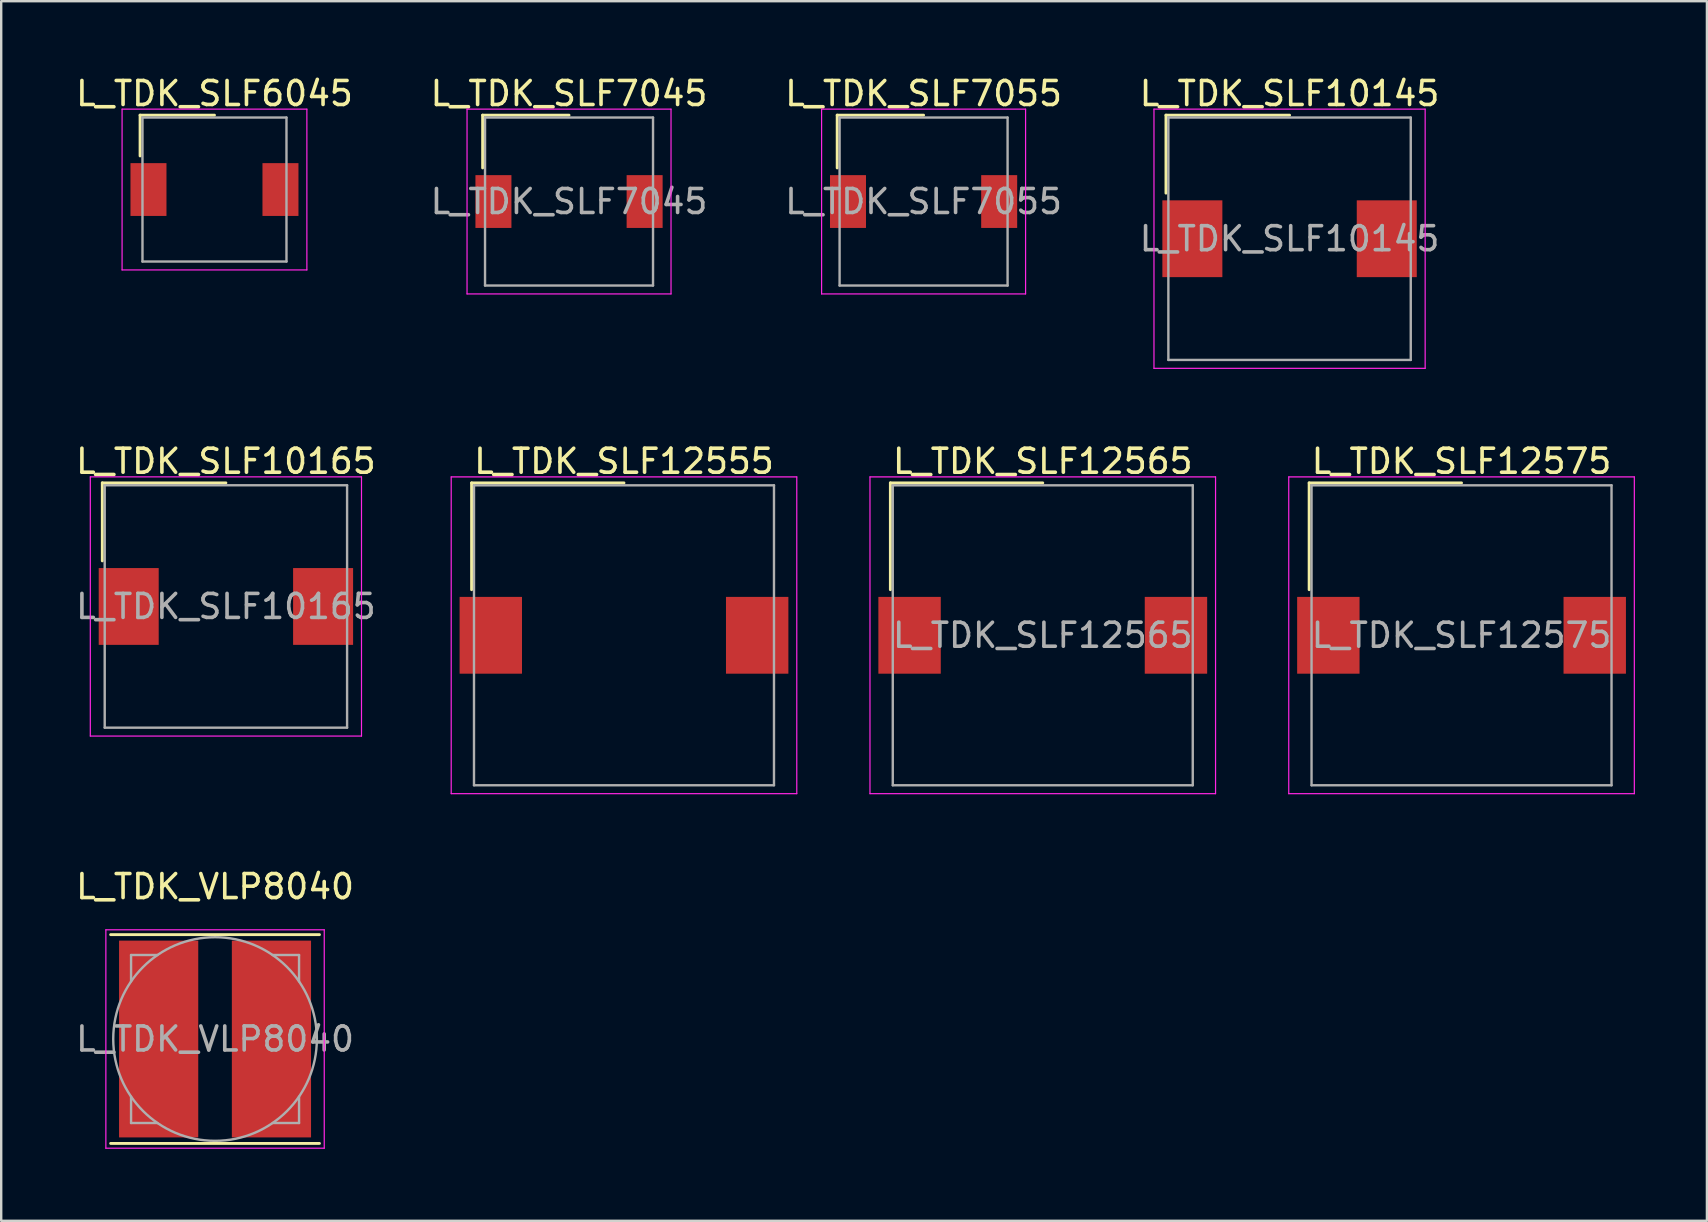
<source format=kicad_pcb>
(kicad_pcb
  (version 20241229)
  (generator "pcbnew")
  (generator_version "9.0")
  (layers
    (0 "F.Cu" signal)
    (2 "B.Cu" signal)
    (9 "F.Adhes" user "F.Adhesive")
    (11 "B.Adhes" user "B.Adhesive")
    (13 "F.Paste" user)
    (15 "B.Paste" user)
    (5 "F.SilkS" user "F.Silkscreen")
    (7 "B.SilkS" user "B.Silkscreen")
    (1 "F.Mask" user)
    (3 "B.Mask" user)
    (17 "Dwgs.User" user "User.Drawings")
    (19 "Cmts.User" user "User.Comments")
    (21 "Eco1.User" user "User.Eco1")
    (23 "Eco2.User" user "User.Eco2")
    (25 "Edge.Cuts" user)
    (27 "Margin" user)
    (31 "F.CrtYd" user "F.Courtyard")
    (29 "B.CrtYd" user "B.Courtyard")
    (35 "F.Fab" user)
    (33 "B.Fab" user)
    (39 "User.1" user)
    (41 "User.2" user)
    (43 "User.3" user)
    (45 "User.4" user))
  (footprint "L_TDK_VLP8040"
    (layer "F.Cu")
    (at 5.911 40.245)
    (property "Reference" "L_TDK_VLP8040" (at 0 -6.35 0) (layer "F.SilkS") (effects (font (size 1 1) (thickness 0.15))))
    (attr smd)
    (fp_line (start -4.35 -4.35) (end 4.35 -4.35) (stroke (width 0.12) (type solid)) (layer "F.SilkS"))
    (fp_line (start -4.35 4.35) (end 4.35 4.35) (stroke (width 0.12) (type solid)) (layer "F.SilkS"))
    (fp_line (start -4.55 -4.55) (end -4.55 4.55) (stroke (width 0.05) (type solid)) (layer "F.CrtYd"))
    (fp_line (start -4.55 4.55) (end 4.55 4.55) (stroke (width 0.05) (type solid)) (layer "F.CrtYd"))
    (fp_line (start 4.55 -4.55) (end -4.55 -4.55) (stroke (width 0.05) (type solid)) (layer "F.CrtYd"))
    (fp_line (start 4.55 4.55) (end 4.55 -4.55) (stroke (width 0.05) (type solid)) (layer "F.CrtYd"))
    (fp_line (start -3.5 -3.5) (end -2.4 -3.5) (stroke (width 0.1) (type solid)) (layer "F.Fab"))
    (fp_line (start -3.5 -2.4) (end -3.5 -3.5) (stroke (width 0.1) (type solid)) (layer "F.Fab"))
    (fp_line (start -3.5 2.4) (end -3.5 3.5) (stroke (width 0.1) (type solid)) (layer "F.Fab"))
    (fp_line (start -3.5 3.5) (end -2.4 3.5) (stroke (width 0.1) (type solid)) (layer "F.Fab"))
    (fp_line (start 3.5 -3.5) (end 2.4 -3.5) (stroke (width 0.1) (type solid)) (layer "F.Fab"))
    (fp_line (start 3.5 -3.5) (end 3.5 -2.4) (stroke (width 0.1) (type solid)) (layer "F.Fab"))
    (fp_line (start 3.5 2.4) (end 3.5 3.5) (stroke (width 0.1) (type solid)) (layer "F.Fab"))
    (fp_line (start 3.5 3.5) (end 2.4 3.5) (stroke (width 0.1) (type solid)) (layer "F.Fab"))
    (fp_circle (center 0 0) (end 3 3) (stroke (width 0.1) (type solid)) (fill no) (layer "F.Fab"))
    (fp_text user "${REFERENCE}" (at 0 0 0) (layer "F.Fab") (effects (font (size 1 1) (thickness 0.15))))
    (pad "1" smd rect (at -2.35 0) (size 3.3 8.2) (layers "F.Cu" "F.Mask" "F.Paste"))
    (pad "2" smd rect (at 2.35 0) (size 3.3 8.2) (layers "F.Cu" "F.Mask" "F.Paste")))
  (footprint "L_TDK_SLF12555"
    (layer "F.Cu")
    (at 22.951 23.422)
    (property "Reference" "L_TDK_SLF12555" (at 0 -7.25 0) (layer "F.SilkS") (effects (font (size 1 1) (thickness 0.15))))
    (attr smd)
    (fp_line (start -6.35 -6.35) (end 0 -6.35) (stroke (width 0.12) (type solid)) (layer "F.SilkS"))
    (fp_line (start -6.35 -1.9) (end -6.35 -6.35) (stroke (width 0.12) (type solid)) (layer "F.SilkS"))
    (fp_line (start -7.2 -6.6) (end -7.2 6.6) (stroke (width 0.05) (type solid)) (layer "F.CrtYd"))
    (fp_line (start -7.2 6.6) (end 7.2 6.6) (stroke (width 0.05) (type solid)) (layer "F.CrtYd"))
    (fp_line (start 7.2 -6.6) (end -7.2 -6.6) (stroke (width 0.05) (type solid)) (layer "F.CrtYd"))
    (fp_line (start 7.2 6.6) (end 7.2 -6.6) (stroke (width 0.05) (type solid)) (layer "F.CrtYd"))
    (fp_line (start -6.25 -6.25) (end -6.25 6.25) (stroke (width 0.1) (type solid)) (layer "F.Fab"))
    (fp_line (start -6.25 6.25) (end 6.25 6.25) (stroke (width 0.1) (type solid)) (layer "F.Fab"))
    (fp_line (start 6.25 -6.25) (end -6.25 -6.25) (stroke (width 0.1) (type solid)) (layer "F.Fab"))
    (fp_line (start 6.25 6.25) (end 6.25 -6.25) (stroke (width 0.1) (type solid)) (layer "F.Fab"))
    (pad "1" smd rect (at -5.55 0) (size 2.6 3.2) (layers "F.Cu" "F.Mask" "F.Paste"))
    (pad "2" smd rect (at 5.55 0) (size 2.6 3.2) (layers "F.Cu" "F.Mask" "F.Paste")))
  (footprint "L_TDK_SLF10165"
    (layer "F.Cu")
    (at 6.363 22.221)
    (property "Reference" "L_TDK_SLF10165" (at 0 -6.05 0) (layer "F.SilkS") (effects (font (size 1 1) (thickness 0.15))))
    (attr smd)
    (fp_line (start -5.15 -5.15) (end 0 -5.15) (stroke (width 0.12) (type solid)) (layer "F.SilkS"))
    (fp_line (start -5.15 -1.9) (end -5.15 -5.15) (stroke (width 0.12) (type solid)) (layer "F.SilkS"))
    (fp_line (start -5.65 -5.4) (end -5.65 5.4) (stroke (width 0.05) (type solid)) (layer "F.CrtYd"))
    (fp_line (start -5.65 5.4) (end 5.65 5.4) (stroke (width 0.05) (type solid)) (layer "F.CrtYd"))
    (fp_line (start 5.65 -5.4) (end -5.65 -5.4) (stroke (width 0.05) (type solid)) (layer "F.CrtYd"))
    (fp_line (start 5.65 5.4) (end 5.65 -5.4) (stroke (width 0.05) (type solid)) (layer "F.CrtYd"))
    (fp_line (start -5.05 -5.05) (end -5.05 5.05) (stroke (width 0.1) (type solid)) (layer "F.Fab"))
    (fp_line (start -5.05 5.05) (end 5.05 5.05) (stroke (width 0.1) (type solid)) (layer "F.Fab"))
    (fp_line (start 5.05 -5.05) (end -5.05 -5.05) (stroke (width 0.1) (type solid)) (layer "F.Fab"))
    (fp_line (start 5.05 5.05) (end 5.05 -5.05) (stroke (width 0.1) (type solid)) (layer "F.Fab"))
    (fp_text user "${REFERENCE}" (at 0 0 0) (layer "F.Fab") (effects (font (size 1 1) (thickness 0.15))))
    (pad "1" smd rect (at -4.05 0) (size 2.5 3.2) (layers "F.Cu" "F.Mask" "F.Paste"))
    (pad "2" smd rect (at 4.05 0) (size 2.5 3.2) (layers "F.Cu" "F.Mask" "F.Paste")))
  (footprint "L_TDK_SLF6045"
    (layer "F.Cu")
    (at 5.887 4.848)
    (property "Reference" "L_TDK_SLF6045" (at 0 -4 0) (layer "F.SilkS") (effects (font (size 1 1) (thickness 0.15))))
    (attr smd)
    (fp_line (start -3.1 -3.1) (end 0 -3.1) (stroke (width 0.12) (type solid)) (layer "F.SilkS"))
    (fp_line (start -3.1 -1.4) (end -3.1 -3.1) (stroke (width 0.12) (type solid)) (layer "F.SilkS"))
    (fp_line (start -3.85 -3.35) (end -3.85 3.35) (stroke (width 0.05) (type solid)) (layer "F.CrtYd"))
    (fp_line (start -3.85 3.35) (end 3.85 3.35) (stroke (width 0.05) (type solid)) (layer "F.CrtYd"))
    (fp_line (start 3.85 -3.35) (end -3.85 -3.35) (stroke (width 0.05) (type solid)) (layer "F.CrtYd"))
    (fp_line (start 3.85 3.35) (end 3.85 -3.35) (stroke (width 0.05) (type solid)) (layer "F.CrtYd"))
    (fp_line (start -3 -3) (end -3 3) (stroke (width 0.1) (type solid)) (layer "F.Fab"))
    (fp_line (start -3 3) (end 3 3) (stroke (width 0.1) (type solid)) (layer "F.Fab"))
    (fp_line (start 3 -3) (end -3 -3) (stroke (width 0.1) (type solid)) (layer "F.Fab"))
    (fp_line (start 3 3) (end 3 -3) (stroke (width 0.1) (type solid)) (layer "F.Fab"))
    (pad "1" smd rect (at -2.75 0) (size 1.5 2.2) (layers "F.Cu" "F.Mask" "F.Paste"))
    (pad "2" smd rect (at 2.75 0) (size 1.5 2.2) (layers "F.Cu" "F.Mask" "F.Paste")))
  (footprint "L_TDK_SLF12565"
    (layer "F.Cu")
    (at 40.401 23.422)
    (property "Reference" "L_TDK_SLF12565" (at 0 -7.25 0) (layer "F.SilkS") (effects (font (size 1 1) (thickness 0.15))))
    (attr smd)
    (fp_line (start -6.35 -6.35) (end 0 -6.35) (stroke (width 0.12) (type solid)) (layer "F.SilkS"))
    (fp_line (start -6.35 -1.9) (end -6.35 -6.35) (stroke (width 0.12) (type solid)) (layer "F.SilkS"))
    (fp_line (start -7.2 -6.6) (end -7.2 6.6) (stroke (width 0.05) (type solid)) (layer "F.CrtYd"))
    (fp_line (start -7.2 6.6) (end 7.2 6.6) (stroke (width 0.05) (type solid)) (layer "F.CrtYd"))
    (fp_line (start 7.2 -6.6) (end -7.2 -6.6) (stroke (width 0.05) (type solid)) (layer "F.CrtYd"))
    (fp_line (start 7.2 6.6) (end 7.2 -6.6) (stroke (width 0.05) (type solid)) (layer "F.CrtYd"))
    (fp_line (start -6.25 -6.25) (end -6.25 6.25) (stroke (width 0.1) (type solid)) (layer "F.Fab"))
    (fp_line (start -6.25 6.25) (end 6.25 6.25) (stroke (width 0.1) (type solid)) (layer "F.Fab"))
    (fp_line (start 6.25 -6.25) (end -6.25 -6.25) (stroke (width 0.1) (type solid)) (layer "F.Fab"))
    (fp_line (start 6.25 6.25) (end 6.25 -6.25) (stroke (width 0.1) (type solid)) (layer "F.Fab"))
    (fp_text user "${REFERENCE}" (at 0 0 0) (layer "F.Fab") (effects (font (size 1 1) (thickness 0.15))))
    (pad "1" smd rect (at -5.55 0) (size 2.6 3.2) (layers "F.Cu" "F.Mask" "F.Paste"))
    (pad "2" smd rect (at 5.55 0) (size 2.6 3.2) (layers "F.Cu" "F.Mask" "F.Paste")))
  (footprint "L_TDK_SLF7055"
    (layer "F.Cu")
    (at 35.435 5.348)
    (property "Reference" "L_TDK_SLF7055" (at 0 -4.5 0) (layer "F.SilkS") (effects (font (size 1 1) (thickness 0.15))))
    (attr smd)
    (fp_line (start -3.6 -3.6) (end 0 -3.6) (stroke (width 0.12) (type solid)) (layer "F.SilkS"))
    (fp_line (start -3.6 -1.4) (end -3.6 -3.6) (stroke (width 0.12) (type solid)) (layer "F.SilkS"))
    (fp_line (start -4.25 -3.85) (end -4.25 3.85) (stroke (width 0.05) (type solid)) (layer "F.CrtYd"))
    (fp_line (start -4.25 3.85) (end 4.25 3.85) (stroke (width 0.05) (type solid)) (layer "F.CrtYd"))
    (fp_line (start 4.25 -3.85) (end -4.25 -3.85) (stroke (width 0.05) (type solid)) (layer "F.CrtYd"))
    (fp_line (start 4.25 3.85) (end 4.25 -3.85) (stroke (width 0.05) (type solid)) (layer "F.CrtYd"))
    (fp_line (start -3.5 -3.5) (end -3.5 3.5) (stroke (width 0.1) (type solid)) (layer "F.Fab"))
    (fp_line (start -3.5 3.5) (end 3.5 3.5) (stroke (width 0.1) (type solid)) (layer "F.Fab"))
    (fp_line (start 3.5 -3.5) (end -3.5 -3.5) (stroke (width 0.1) (type solid)) (layer "F.Fab"))
    (fp_line (start 3.5 3.5) (end 3.5 -3.5) (stroke (width 0.1) (type solid)) (layer "F.Fab"))
    (fp_text user "${REFERENCE}" (at 0 0 0) (layer "F.Fab") (effects (font (size 1 1) (thickness 0.15))))
    (pad "1" smd rect (at -3.15 0) (size 1.5 2.2) (layers "F.Cu" "F.Mask" "F.Paste"))
    (pad "2" smd rect (at 3.15 0) (size 1.5 2.2) (layers "F.Cu" "F.Mask" "F.Paste")))
  (footprint "L_TDK_SLF12575"
    (layer "F.Cu")
    (at 57.851 23.422)
    (property "Reference" "L_TDK_SLF12575" (at 0 -7.25 0) (layer "F.SilkS") (effects (font (size 1 1) (thickness 0.15))))
    (attr smd)
    (fp_line (start -6.35 -6.35) (end 0 -6.35) (stroke (width 0.12) (type solid)) (layer "F.SilkS"))
    (fp_line (start -6.35 -1.9) (end -6.35 -6.35) (stroke (width 0.12) (type solid)) (layer "F.SilkS"))
    (fp_line (start -7.2 -6.6) (end -7.2 6.6) (stroke (width 0.05) (type solid)) (layer "F.CrtYd"))
    (fp_line (start -7.2 6.6) (end 7.2 6.6) (stroke (width 0.05) (type solid)) (layer "F.CrtYd"))
    (fp_line (start 7.2 -6.6) (end -7.2 -6.6) (stroke (width 0.05) (type solid)) (layer "F.CrtYd"))
    (fp_line (start 7.2 6.6) (end 7.2 -6.6) (stroke (width 0.05) (type solid)) (layer "F.CrtYd"))
    (fp_line (start -6.25 -6.25) (end -6.25 6.25) (stroke (width 0.1) (type solid)) (layer "F.Fab"))
    (fp_line (start -6.25 6.25) (end 6.25 6.25) (stroke (width 0.1) (type solid)) (layer "F.Fab"))
    (fp_line (start 6.25 -6.25) (end -6.25 -6.25) (stroke (width 0.1) (type solid)) (layer "F.Fab"))
    (fp_line (start 6.25 6.25) (end 6.25 -6.25) (stroke (width 0.1) (type solid)) (layer "F.Fab"))
    (fp_text user "${REFERENCE}" (at 0 0 0) (layer "F.Fab") (effects (font (size 1 1) (thickness 0.15))))
    (pad "1" smd rect (at -5.55 0) (size 2.6 3.2) (layers "F.Cu" "F.Mask" "F.Paste"))
    (pad "2" smd rect (at 5.55 0) (size 2.6 3.2) (layers "F.Cu" "F.Mask" "F.Paste")))
  (footprint "L_TDK_SLF7045"
    (layer "F.Cu")
    (at 20.661 5.348)
    (property "Reference" "L_TDK_SLF7045" (at 0 -4.5 0) (layer "F.SilkS") (effects (font (size 1 1) (thickness 0.15))))
    (attr smd)
    (fp_line (start -3.6 -3.6) (end 0 -3.6) (stroke (width 0.12) (type solid)) (layer "F.SilkS"))
    (fp_line (start -3.6 -1.4) (end -3.6 -3.6) (stroke (width 0.12) (type solid)) (layer "F.SilkS"))
    (fp_line (start -4.25 -3.85) (end -4.25 3.85) (stroke (width 0.05) (type solid)) (layer "F.CrtYd"))
    (fp_line (start -4.25 3.85) (end 4.25 3.85) (stroke (width 0.05) (type solid)) (layer "F.CrtYd"))
    (fp_line (start 4.25 -3.85) (end -4.25 -3.85) (stroke (width 0.05) (type solid)) (layer "F.CrtYd"))
    (fp_line (start 4.25 3.85) (end 4.25 -3.85) (stroke (width 0.05) (type solid)) (layer "F.CrtYd"))
    (fp_line (start -3.5 -3.5) (end -3.5 3.5) (stroke (width 0.1) (type solid)) (layer "F.Fab"))
    (fp_line (start -3.5 3.5) (end 3.5 3.5) (stroke (width 0.1) (type solid)) (layer "F.Fab"))
    (fp_line (start 3.5 -3.5) (end -3.5 -3.5) (stroke (width 0.1) (type solid)) (layer "F.Fab"))
    (fp_line (start 3.5 3.5) (end 3.5 -3.5) (stroke (width 0.1) (type solid)) (layer "F.Fab"))
    (fp_text user "${REFERENCE}" (at 0 0 0) (layer "F.Fab") (effects (font (size 1 1) (thickness 0.15))))
    (pad "1" smd rect (at -3.15 0) (size 1.5 2.2) (layers "F.Cu" "F.Mask" "F.Paste"))
    (pad "2" smd rect (at 3.15 0) (size 1.5 2.2) (layers "F.Cu" "F.Mask" "F.Paste")))
  (footprint "L_TDK_SLF10145"
    (layer "F.Cu")
    (at 50.685 6.898)
    (property "Reference" "L_TDK_SLF10145" (at 0 -6.05 0) (layer "F.SilkS") (effects (font (size 1 1) (thickness 0.15))))
    (attr smd)
    (fp_line (start -5.15 -5.15) (end 0 -5.15) (stroke (width 0.12) (type solid)) (layer "F.SilkS"))
    (fp_line (start -5.15 -1.9) (end -5.15 -5.15) (stroke (width 0.12) (type solid)) (layer "F.SilkS"))
    (fp_line (start -5.65 -5.4) (end -5.65 5.4) (stroke (width 0.05) (type solid)) (layer "F.CrtYd"))
    (fp_line (start -5.65 5.4) (end 5.65 5.4) (stroke (width 0.05) (type solid)) (layer "F.CrtYd"))
    (fp_line (start 5.65 -5.4) (end -5.65 -5.4) (stroke (width 0.05) (type solid)) (layer "F.CrtYd"))
    (fp_line (start 5.65 5.4) (end 5.65 -5.4) (stroke (width 0.05) (type solid)) (layer "F.CrtYd"))
    (fp_line (start -5.05 -5.05) (end -5.05 5.05) (stroke (width 0.1) (type solid)) (layer "F.Fab"))
    (fp_line (start -5.05 5.05) (end 5.05 5.05) (stroke (width 0.1) (type solid)) (layer "F.Fab"))
    (fp_line (start 5.05 -5.05) (end -5.05 -5.05) (stroke (width 0.1) (type solid)) (layer "F.Fab"))
    (fp_line (start 5.05 5.05) (end 5.05 -5.05) (stroke (width 0.1) (type solid)) (layer "F.Fab"))
    (fp_text user "${REFERENCE}" (at 0 0 0) (layer "F.Fab") (effects (font (size 1 1) (thickness 0.15))))
    (pad "1" smd rect (at -4.05 0) (size 2.5 3.2) (layers "F.Cu" "F.Mask" "F.Paste"))
    (pad "2" smd rect (at 4.05 0) (size 2.5 3.2) (layers "F.Cu" "F.Mask" "F.Paste")))
  (gr_rect
    (start -3 -3)
    (end 68.076 47.82)
    (stroke (width 0.1) (type default))
    (fill no)
    (layer "Edge.Cuts")))
</source>
